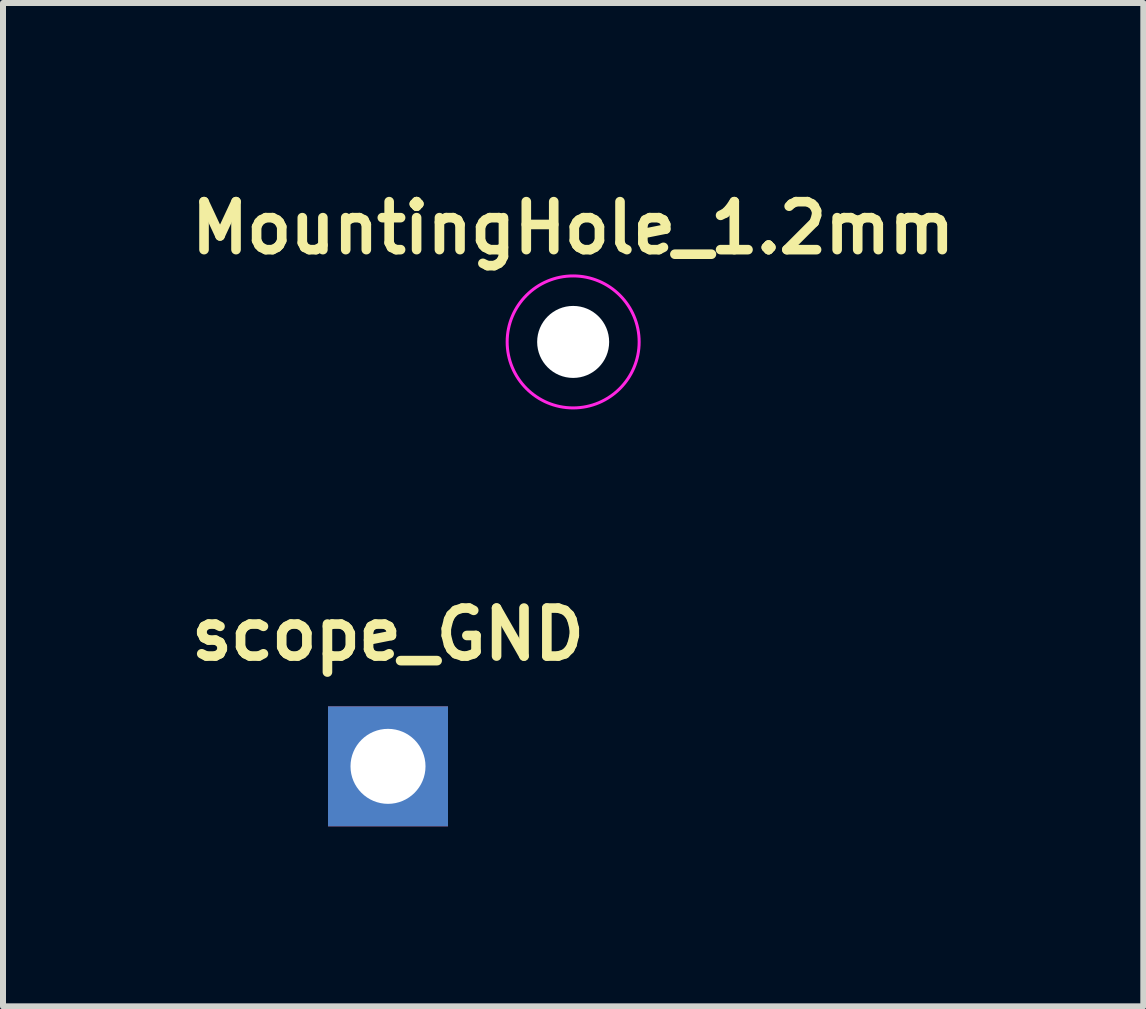
<source format=kicad_pcb>
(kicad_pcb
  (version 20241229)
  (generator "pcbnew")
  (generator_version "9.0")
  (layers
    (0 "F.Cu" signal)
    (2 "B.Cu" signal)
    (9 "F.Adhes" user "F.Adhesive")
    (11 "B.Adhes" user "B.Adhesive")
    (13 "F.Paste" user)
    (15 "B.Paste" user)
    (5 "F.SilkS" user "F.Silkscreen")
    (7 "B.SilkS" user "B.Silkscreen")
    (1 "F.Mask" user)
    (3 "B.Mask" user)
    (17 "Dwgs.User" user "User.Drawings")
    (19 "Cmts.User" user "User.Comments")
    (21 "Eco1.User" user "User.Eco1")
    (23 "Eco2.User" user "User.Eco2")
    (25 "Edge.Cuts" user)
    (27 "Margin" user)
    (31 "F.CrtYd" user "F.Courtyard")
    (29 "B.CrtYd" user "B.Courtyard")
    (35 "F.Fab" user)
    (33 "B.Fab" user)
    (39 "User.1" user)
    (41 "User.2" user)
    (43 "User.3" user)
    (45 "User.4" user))
  (footprint "scope_GND"
    (layer "F.Cu")
    (at 3.417 9.723)
    (property "Reference" "scope_GND" (at 0 -2.2 0) (layer "F.SilkS") (effects (font (size 0.8 0.8) (thickness 0.16))))
    (attr exclude_from_pos_files exclude_from_bom)
    (pad "1" thru_hole rect (at 0 0) (size 2 2) (drill 1.25) (layers "*.Cu" "*.Mask")))
  (footprint "MountingHole_1.2mm"
    (layer "F.Cu")
    (at 6.503 2.649)
    (property "Reference" "MountingHole_1.2mm" (at 0 -1.9 0) (layer "F.SilkS") (effects (font (size 0.8 0.8) (thickness 0.16))))
    (attr exclude_from_pos_files exclude_from_bom)
    (fp_circle (center 0 0) (end 1.1 0) (stroke (width 0.05) (type solid)) (fill no) (layer "F.CrtYd"))
    (pad "" np_thru_hole circle (at 0 0) (size 1.2 1.2) (drill 1.2) (layers "*.Cu" "*.Mask")))
  (gr_rect
    (start -3 -3)
    (end 16.006 13.723)
    (stroke (width 0.1) (type default))
    (fill no)
    (layer "Edge.Cuts")))
</source>
